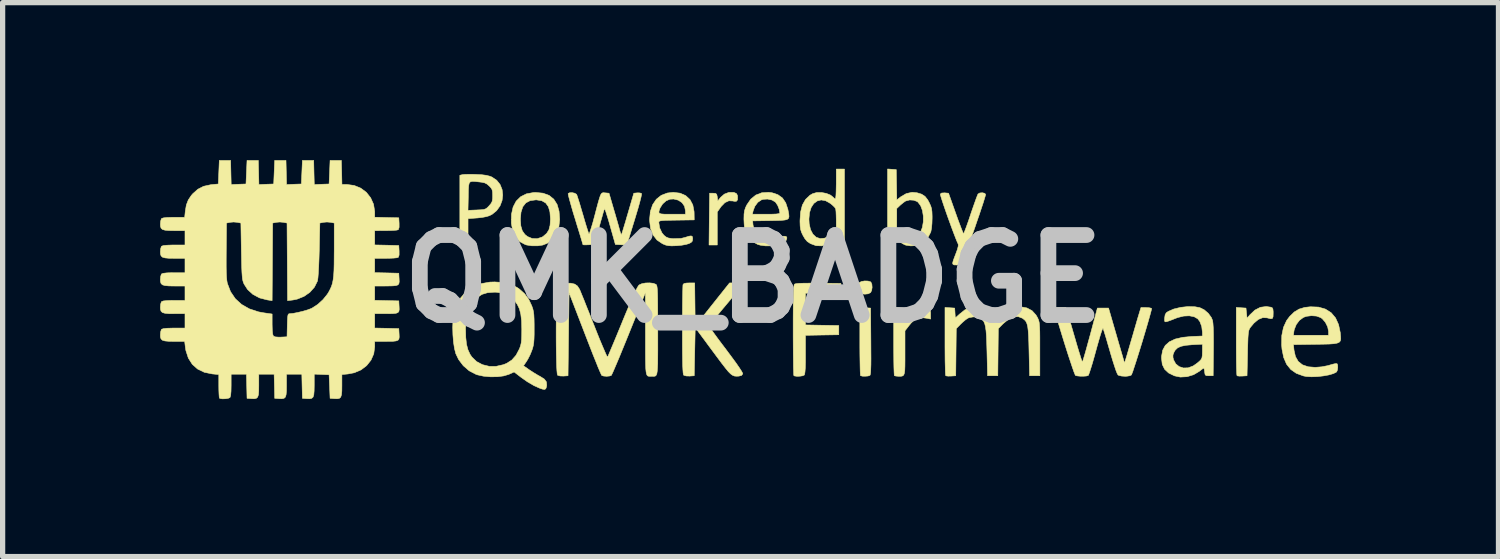
<source format=kicad_pcb>
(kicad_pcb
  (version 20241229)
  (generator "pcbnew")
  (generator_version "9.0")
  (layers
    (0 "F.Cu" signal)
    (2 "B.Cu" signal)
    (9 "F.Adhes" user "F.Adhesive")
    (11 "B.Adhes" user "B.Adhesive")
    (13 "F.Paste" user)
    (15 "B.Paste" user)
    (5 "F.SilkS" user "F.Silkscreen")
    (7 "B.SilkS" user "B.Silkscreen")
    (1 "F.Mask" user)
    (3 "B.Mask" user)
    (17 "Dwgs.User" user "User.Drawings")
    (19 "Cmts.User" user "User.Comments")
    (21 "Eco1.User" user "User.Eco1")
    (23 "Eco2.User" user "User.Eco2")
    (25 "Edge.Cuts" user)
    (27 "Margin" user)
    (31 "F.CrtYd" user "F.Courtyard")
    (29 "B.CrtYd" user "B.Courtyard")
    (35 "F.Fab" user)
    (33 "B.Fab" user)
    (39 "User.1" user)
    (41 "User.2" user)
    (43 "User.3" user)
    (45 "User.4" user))
  (footprint "QMK_BADGE"
    (layer "F.Cu")
    (at 11.298 2.262)
    (property "Reference" "QMK_BADGE" (at 0 0 0) (layer "Dwgs.User") (effects (font (size 1.524 1.524) (thickness 0.3))))
    (attr through_hole)
    (fp_poly (pts (xy 2.187 0.042) (xy 2.234 0.056) (xy 2.243 0.063) (xy 2.261 0.103) (xy 2.266 0.162) (xy 2.257 0.221) (xy 2.236 0.262) (xy 2.19 0.285) (xy 2.127 0.292) (xy 2.065 0.284) (xy 2.024 0.262) (xy 2.002 0.222) (xy 1.993 0.167) (xy 1.993 0.166) (xy 2.002 0.111) (xy 2.023 0.07) (xy 2.024 0.07) (xy 2.064 0.05) (xy 2.124 0.04) (xy 2.187 0.042)) (stroke (width 0.01) (type solid)) (fill yes) (layer "F.SilkS"))
    (fp_poly (pts (xy 2.135 0.551) (xy 2.237 0.557) (xy 2.242 1.191) (xy 2.243 1.373) (xy 2.244 1.521) (xy 2.243 1.635) (xy 2.24 1.721) (xy 2.237 1.781) (xy 2.232 1.819) (xy 2.225 1.837) (xy 2.223 1.84) (xy 2.187 1.851) (xy 2.134 1.855) (xy 2.082 1.854) (xy 2.048 1.845) (xy 2.045 1.843) (xy 2.042 1.821) (xy 2.039 1.765) (xy 2.037 1.679) (xy 2.035 1.568) (xy 2.033 1.436) (xy 2.032 1.289) (xy 2.032 1.188) (xy 2.032 0.545) (xy 2.135 0.551)) (stroke (width 0.01) (type solid)) (fill yes) (layer "F.SilkS"))
    (fp_poly (pts (xy -0.361 -1.644) (xy -0.319 -1.625) (xy -0.3 -1.59) (xy -0.297 -1.564) (xy -0.298 -1.505) (xy -0.32 -1.478) (xy -0.366 -1.478) (xy -0.383 -1.483) (xy -0.463 -1.487) (xy -0.539 -1.452) (xy -0.61 -1.379) (xy -0.623 -1.361) (xy -0.684 -1.273) (xy -0.684 -0.645) (xy -0.841 -0.645) (xy -0.836 -1.138) (xy -0.83 -1.631) (xy -0.762 -1.631) (xy -0.717 -1.628) (xy -0.695 -1.611) (xy -0.685 -1.568) (xy -0.684 -1.558) (xy -0.674 -1.484) (xy -0.62 -1.552) (xy -0.549 -1.614) (xy -0.463 -1.647) (xy -0.374 -1.647) (xy -0.361 -1.644)) (stroke (width 0.01) (type solid)) (fill yes) (layer "F.SilkS"))
    (fp_poly (pts (xy 3.292 0.532) (xy 3.343 0.549) (xy 3.37 0.585) (xy 3.38 0.644) (xy 3.38 0.667) (xy 3.38 0.766) (xy 3.307 0.751) (xy 3.212 0.738) (xy 3.137 0.746) (xy 3.071 0.781) (xy 3.006 0.845) (xy 2.97 0.889) (xy 2.892 0.99) (xy 2.892 1.411) (xy 2.892 1.554) (xy 2.891 1.663) (xy 2.888 1.742) (xy 2.881 1.795) (xy 2.869 1.829) (xy 2.852 1.847) (xy 2.826 1.855) (xy 2.792 1.856) (xy 2.766 1.856) (xy 2.719 1.852) (xy 2.69 1.844) (xy 2.69 1.843) (xy 2.687 1.821) (xy 2.684 1.765) (xy 2.681 1.679) (xy 2.679 1.568) (xy 2.678 1.436) (xy 2.677 1.289) (xy 2.677 1.188) (xy 2.677 0.545) (xy 2.77 0.551) (xy 2.862 0.557) (xy 2.872 0.655) (xy 2.882 0.752) (xy 2.92 0.696) (xy 2.998 0.61) (xy 3.091 0.552) (xy 3.192 0.528) (xy 3.209 0.528) (xy 3.292 0.532)) (stroke (width 0.01) (type solid)) (fill yes) (layer "F.SilkS"))
    (fp_poly (pts (xy 9.862 0.54) (xy 9.888 0.551) (xy 9.901 0.576) (xy 9.906 0.623) (xy 9.906 0.657) (xy 9.904 0.721) (xy 9.891 0.754) (xy 9.86 0.76) (xy 9.801 0.746) (xy 9.792 0.743) (xy 9.708 0.739) (xy 9.623 0.773) (xy 9.537 0.846) (xy 9.469 0.928) (xy 9.456 0.95) (xy 9.445 0.974) (xy 9.437 1.008) (xy 9.431 1.056) (xy 9.426 1.123) (xy 9.423 1.216) (xy 9.419 1.339) (xy 9.418 1.417) (xy 9.408 1.846) (xy 9.319 1.852) (xy 9.263 1.853) (xy 9.224 1.848) (xy 9.217 1.844) (xy 9.213 1.822) (xy 9.21 1.765) (xy 9.207 1.679) (xy 9.205 1.568) (xy 9.204 1.436) (xy 9.203 1.289) (xy 9.203 1.188) (xy 9.203 0.545) (xy 9.295 0.551) (xy 9.388 0.557) (xy 9.398 0.654) (xy 9.408 0.75) (xy 9.46 0.688) (xy 9.557 0.596) (xy 9.662 0.542) (xy 9.774 0.527) (xy 9.862 0.54)) (stroke (width 0.01) (type solid)) (fill yes) (layer "F.SilkS"))
    (fp_poly (pts (xy 1.243 0.083) (xy 1.671 0.088) (xy 1.671 0.264) (xy 1.333 0.269) (xy 0.996 0.274) (xy 0.996 0.878) (xy 1.314 0.884) (xy 1.631 0.889) (xy 1.631 1.065) (xy 1.314 1.07) (xy 0.996 1.076) (xy 0.996 1.442) (xy 0.996 1.588) (xy 0.993 1.698) (xy 0.987 1.773) (xy 0.98 1.818) (xy 0.973 1.833) (xy 0.941 1.847) (xy 0.888 1.855) (xy 0.831 1.856) (xy 0.787 1.85) (xy 0.775 1.843) (xy 0.772 1.821) (xy 0.77 1.765) (xy 0.767 1.677) (xy 0.766 1.562) (xy 0.764 1.425) (xy 0.763 1.268) (xy 0.762 1.097) (xy 0.762 0.976) (xy 0.762 0.765) (xy 0.763 0.59) (xy 0.764 0.447) (xy 0.766 0.334) (xy 0.768 0.248) (xy 0.772 0.184) (xy 0.776 0.141) (xy 0.781 0.114) (xy 0.788 0.101) (xy 0.789 0.1) (xy 0.815 0.092) (xy 0.871 0.086) (xy 0.96 0.083) (xy 1.084 0.082) (xy 1.243 0.083)) (stroke (width 0.01) (type solid)) (fill yes) (layer "F.SilkS"))
    (fp_poly (pts (xy -5.346 -1.991) (xy -5.28 -1.989) (xy -5.167 -1.983) (xy -5.083 -1.972) (xy -5.017 -1.955) (xy -4.979 -1.94) (xy -4.887 -1.879) (xy -4.822 -1.798) (xy -4.783 -1.701) (xy -4.771 -1.596) (xy -4.784 -1.49) (xy -4.823 -1.389) (xy -4.887 -1.3) (xy -4.975 -1.228) (xy -5.028 -1.202) (xy -5.084 -1.185) (xy -5.164 -1.17) (xy -5.251 -1.16) (xy -5.268 -1.159) (xy -5.432 -1.147) (xy -5.432 -0.645) (xy -5.588 -0.645) (xy -5.588 -1.305) (xy -5.433 -1.305) (xy -5.265 -1.312) (xy -5.183 -1.316) (xy -5.129 -1.322) (xy -5.093 -1.335) (xy -5.063 -1.357) (xy -5.03 -1.392) (xy -4.992 -1.437) (xy -4.972 -1.477) (xy -4.964 -1.529) (xy -4.963 -1.584) (xy -4.965 -1.654) (xy -4.974 -1.699) (xy -4.997 -1.736) (xy -5.027 -1.768) (xy -5.07 -1.805) (xy -5.114 -1.828) (xy -5.175 -1.841) (xy -5.22 -1.846) (xy -5.298 -1.855) (xy -5.352 -1.857) (xy -5.388 -1.848) (xy -5.41 -1.822) (xy -5.42 -1.774) (xy -5.425 -1.698) (xy -5.427 -1.588) (xy -5.427 -1.575) (xy -5.433 -1.305) (xy -5.588 -1.305) (xy -5.588 -1.973) (xy -5.539 -1.985) (xy -5.499 -1.989) (xy -5.432 -1.991) (xy -5.346 -1.991)) (stroke (width 0.01) (type solid)) (fill yes) (layer "F.SilkS"))
    (fp_poly (pts (xy -4.004 -1.632) (xy -3.888 -1.59) (xy -3.799 -1.518) (xy -3.735 -1.417) (xy -3.698 -1.288) (xy -3.686 -1.129) (xy -3.686 -1.129) (xy -3.703 -0.98) (xy -3.748 -0.854) (xy -3.821 -0.753) (xy -3.92 -0.679) (xy -4.007 -0.644) (xy -4.104 -0.629) (xy -4.215 -0.629) (xy -4.317 -0.645) (xy -4.344 -0.654) (xy -4.448 -0.71) (xy -4.527 -0.796) (xy -4.579 -0.91) (xy -4.606 -1.053) (xy -4.607 -1.068) (xy -4.606 -1.129) (xy -4.435 -1.129) (xy -4.426 -1.008) (xy -4.398 -0.915) (xy -4.348 -0.845) (xy -4.3 -0.806) (xy -4.211 -0.769) (xy -4.115 -0.765) (xy -4.023 -0.795) (xy -4.004 -0.806) (xy -3.936 -0.864) (xy -3.892 -0.932) (xy -3.869 -1.021) (xy -3.862 -1.137) (xy -3.862 -1.142) (xy -3.872 -1.275) (xy -3.902 -1.376) (xy -3.953 -1.446) (xy -4.027 -1.488) (xy -4.126 -1.504) (xy -4.143 -1.504) (xy -4.249 -1.49) (xy -4.331 -1.447) (xy -4.389 -1.373) (xy -4.423 -1.269) (xy -4.435 -1.133) (xy -4.435 -1.129) (xy -4.606 -1.129) (xy -4.604 -1.231) (xy -4.573 -1.369) (xy -4.515 -1.48) (xy -4.43 -1.564) (xy -4.321 -1.619) (xy -4.187 -1.644) (xy -4.146 -1.646) (xy -4.004 -1.632)) (stroke (width 0.01) (type solid)) (fill yes) (layer "F.SilkS"))
    (fp_poly (pts (xy 2.643 -2.087) (xy 2.726 -2.081) (xy 2.731 -1.792) (xy 2.736 -1.503) (xy 2.809 -1.561) (xy 2.916 -1.624) (xy 3.028 -1.649) (xy 3.121 -1.64) (xy 3.209 -1.613) (xy 3.273 -1.571) (xy 3.325 -1.505) (xy 3.355 -1.449) (xy 3.382 -1.39) (xy 3.398 -1.338) (xy 3.406 -1.278) (xy 3.409 -1.197) (xy 3.409 -1.153) (xy 3.406 -1.056) (xy 3.398 -0.968) (xy 3.386 -0.904) (xy 3.383 -0.892) (xy 3.34 -0.808) (xy 3.277 -0.729) (xy 3.205 -0.67) (xy 3.171 -0.652) (xy 3.092 -0.632) (xy 3 -0.628) (xy 2.915 -0.64) (xy 2.892 -0.647) (xy 2.844 -0.672) (xy 2.789 -0.708) (xy 2.781 -0.714) (xy 2.733 -0.749) (xy 2.708 -0.758) (xy 2.698 -0.74) (xy 2.696 -0.703) (xy 2.692 -0.664) (xy 2.673 -0.648) (xy 2.628 -0.645) (xy 2.56 -0.645) (xy 2.56 -1.34) (xy 2.735 -1.34) (xy 2.735 -0.922) (xy 2.799 -0.868) (xy 2.896 -0.802) (xy 2.986 -0.772) (xy 3.067 -0.778) (xy 3.133 -0.816) (xy 3.187 -0.886) (xy 3.223 -0.98) (xy 3.241 -1.086) (xy 3.241 -1.197) (xy 3.224 -1.303) (xy 3.19 -1.394) (xy 3.138 -1.462) (xy 3.124 -1.473) (xy 3.059 -1.498) (xy 2.981 -1.503) (xy 2.909 -1.484) (xy 2.905 -1.483) (xy 2.864 -1.455) (xy 2.814 -1.414) (xy 2.799 -1.401) (xy 2.735 -1.34) (xy 2.56 -1.34) (xy 2.56 -2.093) (xy 2.643 -2.087)) (stroke (width 0.01) (type solid)) (fill yes) (layer "F.SilkS"))
    (fp_poly (pts (xy 4.409 -1.63) (xy 4.428 -1.611) (xy 4.424 -1.588) (xy 4.408 -1.534) (xy 4.383 -1.452) (xy 4.349 -1.35) (xy 4.31 -1.232) (xy 4.265 -1.102) (xy 4.219 -0.967) (xy 4.171 -0.831) (xy 4.125 -0.7) (xy 4.081 -0.579) (xy 4.042 -0.472) (xy 4.009 -0.385) (xy 3.985 -0.324) (xy 3.97 -0.292) (xy 3.969 -0.29) (xy 3.934 -0.274) (xy 3.882 -0.264) (xy 3.832 -0.265) (xy 3.812 -0.272) (xy 3.801 -0.286) (xy 3.802 -0.314) (xy 3.816 -0.361) (xy 3.844 -0.436) (xy 3.854 -0.461) (xy 3.89 -0.559) (xy 3.907 -0.625) (xy 3.906 -0.661) (xy 3.905 -0.663) (xy 3.888 -0.7) (xy 3.861 -0.765) (xy 3.828 -0.851) (xy 3.789 -0.954) (xy 3.748 -1.066) (xy 3.706 -1.182) (xy 3.666 -1.296) (xy 3.63 -1.401) (xy 3.6 -1.491) (xy 3.578 -1.561) (xy 3.566 -1.605) (xy 3.565 -1.616) (xy 3.591 -1.635) (xy 3.649 -1.638) (xy 3.722 -1.631) (xy 3.859 -1.246) (xy 3.9 -1.131) (xy 3.938 -1.03) (xy 3.969 -0.948) (xy 3.993 -0.89) (xy 4.006 -0.862) (xy 4.008 -0.86) (xy 4.017 -0.878) (xy 4.037 -0.927) (xy 4.065 -1.002) (xy 4.099 -1.097) (xy 4.136 -1.207) (xy 4.142 -1.226) (xy 4.181 -1.34) (xy 4.217 -1.442) (xy 4.247 -1.526) (xy 4.27 -1.586) (xy 4.283 -1.616) (xy 4.284 -1.617) (xy 4.318 -1.636) (xy 4.366 -1.64) (xy 4.409 -1.63)) (stroke (width 0.01) (type solid)) (fill yes) (layer "F.SilkS"))
    (fp_poly (pts (xy 1.739 -0.645) (xy 1.672 -0.645) (xy 1.627 -0.648) (xy 1.607 -0.666) (xy 1.599 -0.709) (xy 1.598 -0.716) (xy 1.592 -0.788) (xy 1.534 -0.738) (xy 1.422 -0.664) (xy 1.31 -0.628) (xy 1.198 -0.632) (xy 1.092 -0.671) (xy 1.032 -0.71) (xy 0.986 -0.764) (xy 0.949 -0.827) (xy 0.92 -0.888) (xy 0.903 -0.943) (xy 0.895 -1.005) (xy 0.892 -1.089) (xy 0.892 -1.109) (xy 0.894 -1.139) (xy 1.062 -1.139) (xy 1.067 -1.05) (xy 1.092 -0.938) (xy 1.138 -0.851) (xy 1.2 -0.793) (xy 1.275 -0.767) (xy 1.36 -0.775) (xy 1.375 -0.781) (xy 1.418 -0.805) (xy 1.473 -0.845) (xy 1.503 -0.871) (xy 1.583 -0.942) (xy 1.583 -1.124) (xy 1.581 -1.208) (xy 1.578 -1.279) (xy 1.573 -1.326) (xy 1.57 -1.338) (xy 1.549 -1.367) (xy 1.506 -1.408) (xy 1.47 -1.437) (xy 1.38 -1.488) (xy 1.296 -1.503) (xy 1.22 -1.484) (xy 1.155 -1.436) (xy 1.105 -1.36) (xy 1.073 -1.26) (xy 1.062 -1.139) (xy 0.894 -1.139) (xy 0.903 -1.272) (xy 0.937 -1.406) (xy 0.997 -1.512) (xy 1.081 -1.592) (xy 1.13 -1.621) (xy 1.208 -1.644) (xy 1.3 -1.645) (xy 1.393 -1.628) (xy 1.474 -1.595) (xy 1.523 -1.555) (xy 1.551 -1.529) (xy 1.565 -1.524) (xy 1.572 -1.542) (xy 1.577 -1.593) (xy 1.58 -1.669) (xy 1.582 -1.763) (xy 1.583 -1.807) (xy 1.583 -2.091) (xy 1.739 -2.091) (xy 1.739 -0.645)) (stroke (width 0.01) (type solid)) (fill yes) (layer "F.SilkS"))
    (fp_poly (pts (xy 0.36 -1.64) (xy 0.471 -1.603) (xy 0.558 -1.54) (xy 0.62 -1.448) (xy 0.661 -1.324) (xy 0.666 -1.298) (xy 0.678 -1.235) (xy 0.682 -1.188) (xy 0.675 -1.155) (xy 0.651 -1.134) (xy 0.606 -1.121) (xy 0.535 -1.114) (xy 0.433 -1.111) (xy 0.326 -1.109) (xy -0.01 -1.104) (xy -0.003 -1.026) (xy 0.022 -0.923) (xy 0.075 -0.845) (xy 0.155 -0.791) (xy 0.256 -0.764) (xy 0.375 -0.765) (xy 0.506 -0.795) (xy 0.583 -0.813) (xy 0.628 -0.808) (xy 0.643 -0.78) (xy 0.629 -0.734) (xy 0.592 -0.694) (xy 0.525 -0.663) (xy 0.437 -0.64) (xy 0.337 -0.628) (xy 0.235 -0.628) (xy 0.138 -0.641) (xy 0.088 -0.655) (xy 0.007 -0.699) (xy -0.068 -0.768) (xy -0.128 -0.849) (xy -0.155 -0.911) (xy -0.165 -0.968) (xy -0.172 -1.048) (xy -0.176 -1.134) (xy -0.176 -1.144) (xy -0.174 -1.231) (xy -0.015 -1.231) (xy 0.246 -1.231) (xy 0.359 -1.232) (xy 0.437 -1.235) (xy 0.484 -1.241) (xy 0.506 -1.25) (xy 0.508 -1.255) (xy 0.496 -1.325) (xy 0.467 -1.399) (xy 0.428 -1.457) (xy 0.422 -1.464) (xy 0.357 -1.502) (xy 0.274 -1.52) (xy 0.191 -1.515) (xy 0.156 -1.504) (xy 0.087 -1.457) (xy 0.032 -1.382) (xy -0.000337 -1.298) (xy -0.015 -1.231) (xy -0.174 -1.231) (xy -0.174 -1.233) (xy -0.165 -1.298) (xy -0.146 -1.356) (xy -0.122 -1.407) (xy -0.046 -1.518) (xy 0.05 -1.596) (xy 0.164 -1.64) (xy 0.293 -1.648) (xy 0.36 -1.64)) (stroke (width 0.01) (type solid)) (fill yes) (layer "F.SilkS"))
    (fp_poly (pts (xy 10.769 0.538) (xy 10.901 0.576) (xy 11.01 0.645) (xy 11.094 0.744) (xy 11.152 0.872) (xy 11.185 1.029) (xy 11.185 1.036) (xy 11.191 1.098) (xy 11.193 1.147) (xy 11.185 1.183) (xy 11.163 1.208) (xy 11.123 1.225) (xy 11.061 1.236) (xy 10.973 1.242) (xy 10.853 1.245) (xy 10.716 1.247) (xy 10.292 1.253) (xy 10.303 1.359) (xy 10.33 1.48) (xy 10.383 1.573) (xy 10.464 1.638) (xy 10.573 1.675) (xy 10.707 1.686) (xy 10.83 1.676) (xy 10.949 1.653) (xy 10.979 1.644) (xy 11.045 1.625) (xy 11.096 1.614) (xy 11.121 1.614) (xy 11.134 1.641) (xy 11.136 1.688) (xy 11.13 1.737) (xy 11.115 1.771) (xy 11.113 1.774) (xy 11.055 1.804) (xy 10.968 1.83) (xy 10.863 1.849) (xy 10.749 1.862) (xy 10.637 1.866) (xy 10.537 1.86) (xy 10.481 1.849) (xy 10.347 1.8) (xy 10.241 1.726) (xy 10.161 1.626) (xy 10.106 1.498) (xy 10.074 1.34) (xy 10.067 1.257) (xy 10.07 1.079) (xy 10.071 1.075) (xy 10.292 1.075) (xy 10.961 1.075) (xy 10.961 1.001) (xy 10.944 0.915) (xy 10.901 0.829) (xy 10.841 0.759) (xy 10.811 0.738) (xy 10.731 0.709) (xy 10.634 0.702) (xy 10.538 0.714) (xy 10.483 0.734) (xy 10.407 0.789) (xy 10.346 0.87) (xy 10.308 0.965) (xy 10.302 0.995) (xy 10.292 1.075) (xy 10.071 1.075) (xy 10.102 0.925) (xy 10.162 0.794) (xy 10.221 0.716) (xy 10.308 0.631) (xy 10.4 0.576) (xy 10.507 0.544) (xy 10.615 0.532) (xy 10.769 0.538)) (stroke (width 0.01) (type solid)) (fill yes) (layer "F.SilkS"))
    (fp_poly (pts (xy -1.392 -1.632) (xy -1.285 -1.585) (xy -1.204 -1.51) (xy -1.15 -1.408) (xy -1.126 -1.282) (xy -1.125 -1.253) (xy -1.123 -1.123) (xy -1.46 -1.118) (xy -1.582 -1.116) (xy -1.671 -1.114) (xy -1.731 -1.11) (xy -1.768 -1.105) (xy -1.788 -1.098) (xy -1.796 -1.087) (xy -1.797 -1.072) (xy -1.797 -1.069) (xy -1.781 -0.969) (xy -1.738 -0.877) (xy -1.7 -0.83) (xy -1.659 -0.797) (xy -1.615 -0.778) (xy -1.552 -0.768) (xy -1.515 -0.766) (xy -1.375 -0.77) (xy -1.297 -0.789) (xy -1.225 -0.812) (xy -1.182 -0.818) (xy -1.16 -0.807) (xy -1.153 -0.777) (xy -1.153 -0.761) (xy -1.159 -0.719) (xy -1.184 -0.692) (xy -1.226 -0.671) (xy -1.281 -0.655) (xy -1.359 -0.641) (xy -1.447 -0.632) (xy -1.465 -0.631) (xy -1.553 -0.628) (xy -1.615 -0.632) (xy -1.666 -0.643) (xy -1.719 -0.665) (xy -1.731 -0.671) (xy -1.833 -0.74) (xy -1.908 -0.837) (xy -1.955 -0.96) (xy -1.973 -1.11) (xy -1.973 -1.136) (xy -1.96 -1.268) (xy -1.797 -1.268) (xy -1.786 -1.248) (xy -1.753 -1.237) (xy -1.694 -1.232) (xy -1.604 -1.231) (xy -1.544 -1.231) (xy -1.29 -1.231) (xy -1.29 -1.294) (xy -1.307 -1.381) (xy -1.355 -1.451) (xy -1.427 -1.499) (xy -1.515 -1.521) (xy -1.587 -1.517) (xy -1.659 -1.486) (xy -1.725 -1.427) (xy -1.773 -1.352) (xy -1.777 -1.342) (xy -1.792 -1.298) (xy -1.797 -1.268) (xy -1.96 -1.268) (xy -1.958 -1.286) (xy -1.915 -1.413) (xy -1.845 -1.516) (xy -1.751 -1.591) (xy -1.636 -1.635) (xy -1.522 -1.648) (xy -1.392 -1.632)) (stroke (width 0.01) (type solid)) (fill yes) (layer "F.SilkS"))
    (fp_poly (pts (xy -1.109 0.489) (xy -1.104 0.901) (xy -0.777 0.489) (xy -0.45 0.078) (xy -0.343 0.078) (xy -0.282 0.081) (xy -0.239 0.089) (xy -0.226 0.095) (xy -0.225 0.11) (xy -0.235 0.135) (xy -0.258 0.173) (xy -0.298 0.227) (xy -0.356 0.301) (xy -0.434 0.397) (xy -0.535 0.518) (xy -0.573 0.563) (xy -0.652 0.658) (xy -0.722 0.744) (xy -0.779 0.815) (xy -0.819 0.868) (xy -0.839 0.897) (xy -0.84 0.901) (xy -0.829 0.921) (xy -0.797 0.967) (xy -0.747 1.037) (xy -0.683 1.125) (xy -0.607 1.227) (xy -0.522 1.339) (xy -0.516 1.347) (xy -0.411 1.488) (xy -0.325 1.605) (xy -0.261 1.698) (xy -0.218 1.765) (xy -0.199 1.803) (xy -0.199 1.81) (xy -0.221 1.84) (xy -0.272 1.853) (xy -0.316 1.855) (xy -0.355 1.852) (xy -0.391 1.838) (xy -0.429 1.811) (xy -0.474 1.766) (xy -0.528 1.7) (xy -0.598 1.61) (xy -0.681 1.499) (xy -0.761 1.391) (xy -0.84 1.285) (xy -0.911 1.188) (xy -0.97 1.109) (xy -1.012 1.052) (xy -1.017 1.045) (xy -1.104 0.928) (xy -1.123 1.846) (xy -1.211 1.852) (xy -1.275 1.85) (xy -1.318 1.838) (xy -1.324 1.834) (xy -1.33 1.818) (xy -1.335 1.784) (xy -1.339 1.728) (xy -1.343 1.647) (xy -1.345 1.539) (xy -1.347 1.401) (xy -1.348 1.23) (xy -1.348 1.024) (xy -1.348 0.975) (xy -1.348 0.797) (xy -1.347 0.631) (xy -1.346 0.48) (xy -1.344 0.349) (xy -1.342 0.243) (xy -1.34 0.165) (xy -1.338 0.119) (xy -1.336 0.109) (xy -1.317 0.089) (xy -1.271 0.08) (xy -1.219 0.078) (xy -1.114 0.078) (xy -1.109 0.489)) (stroke (width 0.01) (type solid)) (fill yes) (layer "F.SilkS"))
    (fp_poly (pts (xy 4.291 0.532) (xy 4.415 0.555) (xy 4.514 0.609) (xy 4.588 0.694) (xy 4.593 0.701) (xy 4.632 0.766) (xy 4.717 0.687) (xy 4.817 0.606) (xy 4.909 0.556) (xy 5.003 0.533) (xy 5.091 0.531) (xy 5.214 0.554) (xy 5.312 0.606) (xy 5.387 0.688) (xy 5.415 0.736) (xy 5.429 0.766) (xy 5.44 0.795) (xy 5.448 0.828) (xy 5.453 0.871) (xy 5.457 0.929) (xy 5.46 1.007) (xy 5.461 1.11) (xy 5.461 1.244) (xy 5.461 1.338) (xy 5.461 1.846) (xy 5.266 1.846) (xy 5.255 1.377) (xy 5.251 1.214) (xy 5.246 1.086) (xy 5.239 0.986) (xy 5.23 0.911) (xy 5.216 0.856) (xy 5.198 0.815) (xy 5.173 0.785) (xy 5.142 0.76) (xy 5.129 0.75) (xy 5.048 0.719) (xy 4.96 0.725) (xy 4.865 0.769) (xy 4.767 0.85) (xy 4.753 0.863) (xy 4.67 0.948) (xy 4.66 1.846) (xy 4.465 1.846) (xy 4.454 1.387) (xy 4.449 1.222) (xy 4.444 1.09) (xy 4.436 0.988) (xy 4.425 0.911) (xy 4.411 0.854) (xy 4.392 0.812) (xy 4.367 0.781) (xy 4.336 0.755) (xy 4.335 0.755) (xy 4.272 0.73) (xy 4.192 0.725) (xy 4.114 0.739) (xy 4.087 0.751) (xy 4.045 0.78) (xy 3.99 0.827) (xy 3.952 0.863) (xy 3.869 0.948) (xy 3.859 1.846) (xy 3.77 1.852) (xy 3.714 1.853) (xy 3.675 1.848) (xy 3.668 1.844) (xy 3.664 1.822) (xy 3.661 1.765) (xy 3.659 1.679) (xy 3.656 1.568) (xy 3.655 1.436) (xy 3.654 1.289) (xy 3.654 1.188) (xy 3.654 0.545) (xy 3.747 0.551) (xy 3.839 0.557) (xy 3.851 0.745) (xy 3.937 0.667) (xy 4.033 0.591) (xy 4.126 0.547) (xy 4.228 0.531) (xy 4.291 0.532)) (stroke (width 0.01) (type solid)) (fill yes) (layer "F.SilkS"))
    (fp_poly (pts (xy 8.417 0.532) (xy 8.509 0.549) (xy 8.592 0.59) (xy 8.67 0.657) (xy 8.729 0.738) (xy 8.752 0.795) (xy 8.759 0.847) (xy 8.765 0.935) (xy 8.768 1.058) (xy 8.769 1.213) (xy 8.768 1.361) (xy 8.763 1.846) (xy 8.685 1.846) (xy 8.635 1.844) (xy 8.611 1.83) (xy 8.603 1.794) (xy 8.601 1.773) (xy 8.594 1.726) (xy 8.587 1.701) (xy 8.585 1.7) (xy 8.565 1.711) (xy 8.526 1.74) (xy 8.501 1.76) (xy 8.39 1.826) (xy 8.265 1.864) (xy 8.137 1.871) (xy 8.026 1.848) (xy 7.915 1.794) (xy 7.838 1.722) (xy 7.793 1.63) (xy 7.779 1.513) (xy 7.779 1.496) (xy 7.997 1.496) (xy 8.009 1.544) (xy 8.05 1.619) (xy 8.115 1.672) (xy 8.197 1.698) (xy 8.288 1.695) (xy 8.377 1.661) (xy 8.382 1.659) (xy 8.443 1.617) (xy 8.5 1.571) (xy 8.504 1.567) (xy 8.533 1.536) (xy 8.549 1.503) (xy 8.556 1.456) (xy 8.558 1.383) (xy 8.558 1.245) (xy 8.365 1.255) (xy 8.242 1.266) (xy 8.151 1.285) (xy 8.086 1.314) (xy 8.041 1.356) (xy 8.017 1.397) (xy 7.997 1.449) (xy 7.997 1.496) (xy 7.779 1.496) (xy 7.78 1.473) (xy 7.801 1.36) (xy 7.85 1.269) (xy 7.929 1.199) (xy 8.039 1.147) (xy 8.181 1.114) (xy 8.348 1.098) (xy 8.558 1.089) (xy 8.558 1.018) (xy 8.545 0.908) (xy 8.51 0.815) (xy 8.469 0.761) (xy 8.401 0.722) (xy 8.308 0.704) (xy 8.201 0.709) (xy 8.088 0.737) (xy 8.048 0.752) (xy 7.978 0.78) (xy 7.916 0.803) (xy 7.878 0.815) (xy 7.85 0.819) (xy 7.838 0.806) (xy 7.837 0.767) (xy 7.839 0.741) (xy 7.848 0.683) (xy 7.87 0.646) (xy 7.908 0.62) (xy 8.015 0.574) (xy 8.145 0.543) (xy 8.283 0.528) (xy 8.417 0.532)) (stroke (width 0.01) (type solid)) (fill yes) (layer "F.SilkS"))
    (fp_poly (pts (xy -3.399 -1.631) (xy -3.366 -1.611) (xy -3.363 -1.607) (xy -3.352 -1.578) (xy -3.333 -1.518) (xy -3.306 -1.434) (xy -3.276 -1.331) (xy -3.243 -1.221) (xy -3.211 -1.11) (xy -3.181 -1.011) (xy -3.156 -0.932) (xy -3.138 -0.878) (xy -3.128 -0.855) (xy -3.128 -0.855) (xy -3.119 -0.868) (xy -3.103 -0.914) (xy -3.08 -0.986) (xy -3.052 -1.08) (xy -3.023 -1.189) (xy -3.021 -1.195) (xy -2.984 -1.337) (xy -2.955 -1.445) (xy -2.932 -1.524) (xy -2.914 -1.579) (xy -2.898 -1.614) (xy -2.882 -1.632) (xy -2.864 -1.64) (xy -2.843 -1.64) (xy -2.819 -1.638) (xy -2.746 -1.631) (xy -2.655 -1.319) (xy -2.622 -1.207) (xy -2.592 -1.102) (xy -2.566 -1.012) (xy -2.548 -0.946) (xy -2.541 -0.921) (xy -2.526 -0.872) (xy -2.513 -0.846) (xy -2.509 -0.845) (xy -2.501 -0.865) (xy -2.484 -0.918) (xy -2.46 -0.997) (xy -2.43 -1.096) (xy -2.397 -1.21) (xy -2.387 -1.243) (xy -2.274 -1.631) (xy -2.209 -1.638) (xy -2.16 -1.637) (xy -2.128 -1.627) (xy -2.127 -1.626) (xy -2.127 -1.603) (xy -2.139 -1.546) (xy -2.161 -1.46) (xy -2.192 -1.348) (xy -2.232 -1.215) (xy -2.256 -1.135) (xy -2.296 -1.006) (xy -2.332 -0.889) (xy -2.362 -0.791) (xy -2.385 -0.715) (xy -2.399 -0.667) (xy -2.403 -0.652) (xy -2.421 -0.648) (xy -2.467 -0.647) (xy -2.514 -0.649) (xy -2.625 -0.655) (xy -2.723 -1.001) (xy -2.754 -1.11) (xy -2.783 -1.203) (xy -2.806 -1.276) (xy -2.823 -1.322) (xy -2.832 -1.336) (xy -2.84 -1.315) (xy -2.857 -1.262) (xy -2.879 -1.183) (xy -2.907 -1.086) (xy -2.933 -0.99) (xy -3.023 -0.655) (xy -3.133 -0.649) (xy -3.193 -0.647) (xy -3.233 -0.648) (xy -3.243 -0.651) (xy -3.249 -0.671) (xy -3.264 -0.724) (xy -3.288 -0.803) (xy -3.319 -0.905) (xy -3.356 -1.024) (xy -3.389 -1.134) (xy -3.429 -1.263) (xy -3.463 -1.381) (xy -3.491 -1.481) (xy -3.512 -1.558) (xy -3.523 -1.608) (xy -3.525 -1.625) (xy -3.496 -1.64) (xy -3.448 -1.642) (xy -3.399 -1.631)) (stroke (width 0.01) (type solid)) (fill yes) (layer "F.SilkS"))
    (fp_poly (pts (xy -4.762 0.069) (xy -4.623 0.103) (xy -4.501 0.162) (xy -4.453 0.195) (xy -4.354 0.284) (xy -4.278 0.386) (xy -4.218 0.514) (xy -4.214 0.525) (xy -4.197 0.574) (xy -4.186 0.624) (xy -4.178 0.684) (xy -4.174 0.762) (xy -4.172 0.866) (xy -4.172 0.938) (xy -4.172 1.058) (xy -4.175 1.149) (xy -4.18 1.217) (xy -4.189 1.272) (xy -4.202 1.323) (xy -4.217 1.366) (xy -4.25 1.447) (xy -4.29 1.526) (xy -4.319 1.574) (xy -4.375 1.656) (xy -4.264 1.734) (xy -4.187 1.784) (xy -4.106 1.833) (xy -4.052 1.863) (xy -3.978 1.91) (xy -3.939 1.963) (xy -3.933 2.028) (xy -3.939 2.061) (xy -3.951 2.094) (xy -3.973 2.107) (xy -4.014 2.101) (xy -4.067 2.083) (xy -4.176 2.034) (xy -4.301 1.961) (xy -4.43 1.87) (xy -4.441 1.861) (xy -4.554 1.774) (xy -4.656 1.82) (xy -4.753 1.849) (xy -4.875 1.865) (xy -5.007 1.866) (xy -5.138 1.854) (xy -5.256 1.828) (xy -5.285 1.817) (xy -5.411 1.751) (xy -5.523 1.654) (xy -5.612 1.536) (xy -5.665 1.425) (xy -5.69 1.328) (xy -5.709 1.204) (xy -5.72 1.066) (xy -5.723 0.957) (xy -5.479 0.957) (xy -5.475 1.117) (xy -5.461 1.246) (xy -5.434 1.35) (xy -5.394 1.437) (xy -5.359 1.489) (xy -5.269 1.576) (xy -5.157 1.635) (xy -5.03 1.666) (xy -4.894 1.666) (xy -4.758 1.635) (xy -4.696 1.61) (xy -4.597 1.546) (xy -4.517 1.455) (xy -4.452 1.332) (xy -4.448 1.321) (xy -4.431 1.273) (xy -4.419 1.221) (xy -4.412 1.157) (xy -4.409 1.072) (xy -4.408 0.957) (xy -4.408 0.957) (xy -4.412 0.8) (xy -4.427 0.673) (xy -4.453 0.571) (xy -4.494 0.486) (xy -4.551 0.41) (xy -4.58 0.38) (xy -4.669 0.312) (xy -4.771 0.271) (xy -4.895 0.255) (xy -4.933 0.254) (xy -5.061 0.264) (xy -5.164 0.295) (xy -5.256 0.353) (xy -5.297 0.39) (xy -5.367 0.469) (xy -5.417 0.552) (xy -5.451 0.649) (xy -5.471 0.767) (xy -5.479 0.914) (xy -5.479 0.957) (xy -5.723 0.957) (xy -5.724 0.927) (xy -5.719 0.798) (xy -5.706 0.701) (xy -5.655 0.52) (xy -5.577 0.369) (xy -5.473 0.247) (xy -5.345 0.155) (xy -5.193 0.093) (xy -5.016 0.062) (xy -4.927 0.059) (xy -4.762 0.069)) (stroke (width 0.01) (type solid)) (fill yes) (layer "F.SilkS"))
    (fp_poly (pts (xy 6.006 0.708) (xy 6.027 0.781) (xy 6.057 0.881) (xy 6.091 0.999) (xy 6.128 1.125) (xy 6.157 1.226) (xy 6.19 1.337) (xy 6.22 1.434) (xy 6.244 1.511) (xy 6.262 1.563) (xy 6.271 1.583) (xy 6.271 1.583) (xy 6.279 1.565) (xy 6.295 1.514) (xy 6.319 1.434) (xy 6.348 1.332) (xy 6.381 1.211) (xy 6.418 1.077) (xy 6.42 1.07) (xy 6.557 0.557) (xy 6.77 0.557) (xy 6.92 1.075) (xy 6.959 1.21) (xy 6.995 1.333) (xy 7.026 1.439) (xy 7.05 1.522) (xy 7.066 1.578) (xy 7.073 1.602) (xy 7.073 1.602) (xy 7.079 1.587) (xy 7.094 1.54) (xy 7.117 1.466) (xy 7.145 1.37) (xy 7.178 1.257) (xy 7.191 1.211) (xy 7.229 1.083) (xy 7.265 0.958) (xy 7.298 0.845) (xy 7.325 0.751) (xy 7.345 0.686) (xy 7.347 0.679) (xy 7.387 0.547) (xy 7.483 0.547) (xy 7.54 0.55) (xy 7.58 0.559) (xy 7.59 0.565) (xy 7.587 0.587) (xy 7.573 0.641) (xy 7.551 0.721) (xy 7.522 0.823) (xy 7.488 0.94) (xy 7.45 1.068) (xy 7.41 1.202) (xy 7.369 1.335) (xy 7.329 1.463) (xy 7.292 1.58) (xy 7.259 1.68) (xy 7.233 1.76) (xy 7.213 1.812) (xy 7.204 1.832) (xy 7.174 1.846) (xy 7.118 1.855) (xy 7.084 1.856) (xy 7.019 1.852) (xy 6.968 1.84) (xy 6.951 1.832) (xy 6.935 1.805) (xy 6.911 1.745) (xy 6.881 1.656) (xy 6.845 1.543) (xy 6.805 1.409) (xy 6.799 1.387) (xy 6.763 1.264) (xy 6.731 1.153) (xy 6.703 1.06) (xy 6.681 0.99) (xy 6.668 0.949) (xy 6.665 0.942) (xy 6.656 0.952) (xy 6.638 0.997) (xy 6.614 1.07) (xy 6.585 1.169) (xy 6.551 1.288) (xy 6.528 1.372) (xy 6.493 1.499) (xy 6.46 1.614) (xy 6.43 1.711) (xy 6.406 1.785) (xy 6.389 1.83) (xy 6.383 1.841) (xy 6.347 1.851) (xy 6.288 1.855) (xy 6.223 1.854) (xy 6.167 1.848) (xy 6.139 1.84) (xy 6.129 1.818) (xy 6.108 1.765) (xy 6.08 1.685) (xy 6.046 1.583) (xy 6.007 1.466) (xy 5.966 1.338) (xy 5.924 1.205) (xy 5.883 1.072) (xy 5.844 0.944) (xy 5.809 0.828) (xy 5.78 0.728) (xy 5.759 0.65) (xy 5.747 0.599) (xy 5.744 0.584) (xy 5.75 0.562) (xy 5.772 0.551) (xy 5.821 0.547) (xy 5.851 0.547) (xy 5.957 0.547) (xy 6.006 0.708)) (stroke (width 0.01) (type solid)) (fill yes) (layer "F.SilkS"))
    (fp_poly (pts (xy -1.903 0.085) (xy -1.854 0.104) (xy -1.848 0.109) (xy -1.84 0.12) (xy -1.834 0.14) (xy -1.829 0.171) (xy -1.825 0.218) (xy -1.822 0.283) (xy -1.82 0.371) (xy -1.819 0.484) (xy -1.818 0.626) (xy -1.817 0.801) (xy -1.817 0.986) (xy -1.817 1.193) (xy -1.817 1.365) (xy -1.818 1.504) (xy -1.819 1.614) (xy -1.823 1.699) (xy -1.828 1.761) (xy -1.835 1.805) (xy -1.846 1.833) (xy -1.859 1.849) (xy -1.877 1.855) (xy -1.898 1.857) (xy -1.925 1.856) (xy -1.934 1.856) (xy -1.963 1.857) (xy -1.987 1.856) (xy -2.006 1.851) (xy -2.021 1.837) (xy -2.032 1.812) (xy -2.04 1.771) (xy -2.046 1.712) (xy -2.049 1.631) (xy -2.051 1.523) (xy -2.052 1.387) (xy -2.052 1.218) (xy -2.052 1.048) (xy -2.053 0.264) (xy -2.368 1.045) (xy -2.435 1.21) (xy -2.498 1.364) (xy -2.555 1.503) (xy -2.606 1.623) (xy -2.648 1.721) (xy -2.679 1.792) (xy -2.699 1.833) (xy -2.704 1.841) (xy -2.737 1.851) (xy -2.789 1.856) (xy -2.794 1.856) (xy -2.846 1.852) (xy -2.882 1.842) (xy -2.884 1.841) (xy -2.895 1.82) (xy -2.919 1.767) (xy -2.954 1.685) (xy -2.997 1.577) (xy -3.049 1.449) (xy -3.106 1.303) (xy -3.168 1.143) (xy -3.206 1.045) (xy -3.507 0.264) (xy -3.527 1.846) (xy -3.615 1.852) (xy -3.678 1.85) (xy -3.721 1.838) (xy -3.727 1.834) (xy -3.733 1.808) (xy -3.739 1.748) (xy -3.744 1.66) (xy -3.747 1.547) (xy -3.75 1.415) (xy -3.752 1.269) (xy -3.753 1.114) (xy -3.753 0.955) (xy -3.752 0.797) (xy -3.751 0.645) (xy -3.748 0.503) (xy -3.745 0.378) (xy -3.74 0.273) (xy -3.735 0.195) (xy -3.729 0.147) (xy -3.726 0.137) (xy -3.708 0.11) (xy -3.681 0.094) (xy -3.635 0.086) (xy -3.577 0.082) (xy -3.474 0.083) (xy -3.4 0.1) (xy -3.348 0.136) (xy -3.31 0.195) (xy -3.306 0.202) (xy -3.29 0.24) (xy -3.262 0.309) (xy -3.223 0.404) (xy -3.177 0.521) (xy -3.123 0.654) (xy -3.066 0.799) (xy -3.028 0.894) (xy -2.971 1.039) (xy -2.918 1.17) (xy -2.87 1.284) (xy -2.83 1.377) (xy -2.8 1.445) (xy -2.781 1.483) (xy -2.774 1.49) (xy -2.764 1.469) (xy -2.741 1.416) (xy -2.707 1.335) (xy -2.663 1.231) (xy -2.611 1.106) (xy -2.553 0.966) (xy -2.491 0.815) (xy -2.491 0.814) (xy -2.411 0.621) (xy -2.344 0.463) (xy -2.289 0.336) (xy -2.245 0.24) (xy -2.211 0.173) (xy -2.186 0.131) (xy -2.172 0.116) (xy -2.122 0.093) (xy -2.051 0.079) (xy -1.973 0.077) (xy -1.903 0.085)) (stroke (width 0.01) (type solid)) (fill yes) (layer "F.SilkS"))
    (fp_poly (pts (xy -9.944 -1.796) (xy -9.803 -1.802) (xy -9.662 -1.807) (xy -9.652 -2.032) (xy -9.642 -2.257) (xy -9.427 -2.257) (xy -9.416 -1.796) (xy -9.275 -1.802) (xy -9.134 -1.807) (xy -9.115 -2.257) (xy -8.9 -2.257) (xy -8.889 -1.796) (xy -8.748 -1.802) (xy -8.607 -1.807) (xy -8.587 -2.257) (xy -8.372 -2.257) (xy -8.367 -2.026) (xy -8.361 -1.796) (xy -8.22 -1.802) (xy -8.079 -1.807) (xy -8.069 -2.032) (xy -8.06 -2.257) (xy -7.845 -2.257) (xy -7.839 -2.027) (xy -7.834 -1.798) (xy -7.74 -1.798) (xy -7.601 -1.779) (xy -7.476 -1.728) (xy -7.369 -1.648) (xy -7.287 -1.544) (xy -7.232 -1.421) (xy -7.21 -1.283) (xy -7.21 -1.267) (xy -7.21 -1.174) (xy -6.98 -1.168) (xy -6.751 -1.163) (xy -6.745 -1.057) (xy -6.745 -0.981) (xy -6.759 -0.94) (xy -6.764 -0.935) (xy -6.793 -0.928) (xy -6.852 -0.923) (xy -6.932 -0.92) (xy -7 -0.919) (xy -7.21 -0.918) (xy -7.21 -0.646) (xy -6.98 -0.641) (xy -6.751 -0.635) (xy -6.745 -0.529) (xy -6.745 -0.453) (xy -6.759 -0.413) (xy -6.764 -0.408) (xy -6.793 -0.401) (xy -6.852 -0.395) (xy -6.932 -0.392) (xy -7 -0.391) (xy -7.21 -0.391) (xy -7.21 -0.118) (xy -6.98 -0.113) (xy -6.751 -0.107) (xy -6.745 0.002) (xy -6.743 0.055) (xy -6.749 0.091) (xy -6.767 0.115) (xy -6.804 0.128) (xy -6.865 0.134) (xy -6.957 0.136) (xy -7.019 0.137) (xy -7.21 0.137) (xy -7.21 0.409) (xy -6.751 0.42) (xy -6.745 0.53) (xy -6.743 0.582) (xy -6.749 0.619) (xy -6.767 0.642) (xy -6.804 0.656) (xy -6.865 0.662) (xy -6.957 0.664) (xy -7.019 0.664) (xy -7.21 0.664) (xy -7.21 0.937) (xy -6.98 0.942) (xy -6.751 0.948) (xy -6.745 1.057) (xy -6.743 1.11) (xy -6.749 1.146) (xy -6.767 1.17) (xy -6.804 1.183) (xy -6.865 1.19) (xy -6.957 1.191) (xy -7.019 1.192) (xy -7.21 1.192) (xy -7.21 1.294) (xy -7.228 1.428) (xy -7.281 1.549) (xy -7.363 1.652) (xy -7.47 1.734) (xy -7.599 1.789) (xy -7.72 1.812) (xy -7.835 1.823) (xy -7.835 2.032) (xy -7.836 2.137) (xy -7.843 2.209) (xy -7.858 2.254) (xy -7.884 2.277) (xy -7.925 2.284) (xy -7.975 2.282) (xy -8.06 2.276) (xy -8.069 2.052) (xy -8.079 1.827) (xy -8.221 1.821) (xy -8.362 1.815) (xy -8.362 2.029) (xy -8.364 2.135) (xy -8.37 2.207) (xy -8.384 2.252) (xy -8.41 2.276) (xy -8.45 2.284) (xy -8.503 2.282) (xy -8.587 2.276) (xy -8.593 2.047) (xy -8.598 1.817) (xy -8.89 1.817) (xy -8.89 2.03) (xy -8.891 2.135) (xy -8.898 2.208) (xy -8.912 2.253) (xy -8.938 2.276) (xy -8.979 2.284) (xy -9.03 2.282) (xy -9.115 2.276) (xy -9.12 2.047) (xy -9.126 1.817) (xy -9.418 1.817) (xy -9.418 2.03) (xy -9.419 2.135) (xy -9.425 2.208) (xy -9.44 2.253) (xy -9.466 2.276) (xy -9.506 2.284) (xy -9.558 2.282) (xy -9.642 2.276) (xy -9.653 1.817) (xy -9.945 1.817) (xy -9.945 2.028) (xy -9.947 2.141) (xy -9.954 2.219) (xy -9.966 2.259) (xy -9.969 2.263) (xy -10.001 2.276) (xy -10.054 2.284) (xy -10.111 2.286) (xy -10.154 2.279) (xy -10.167 2.273) (xy -10.172 2.249) (xy -10.176 2.195) (xy -10.179 2.118) (xy -10.18 2.041) (xy -10.18 1.823) (xy -10.306 1.811) (xy -10.456 1.78) (xy -10.584 1.718) (xy -10.685 1.628) (xy -10.76 1.51) (xy -10.807 1.366) (xy -10.817 1.303) (xy -10.83 1.192) (xy -11.024 1.192) (xy -11.132 1.19) (xy -11.207 1.183) (xy -11.254 1.169) (xy -11.281 1.143) (xy -11.292 1.105) (xy -11.293 1.068) (xy -11.288 1.011) (xy -11.275 0.969) (xy -11.27 0.961) (xy -11.236 0.949) (xy -11.165 0.941) (xy -11.059 0.938) (xy -11.035 0.938) (xy -10.824 0.938) (xy -10.824 0.664) (xy -11.021 0.664) (xy -11.13 0.663) (xy -11.205 0.656) (xy -11.253 0.642) (xy -11.28 0.617) (xy -11.291 0.579) (xy -11.293 0.541) (xy -11.288 0.483) (xy -11.275 0.441) (xy -11.27 0.434) (xy -11.236 0.421) (xy -11.165 0.414) (xy -11.059 0.41) (xy -11.035 0.41) (xy -10.824 0.41) (xy -10.824 0.137) (xy -11.021 0.137) (xy -11.13 0.135) (xy -11.205 0.128) (xy -11.253 0.114) (xy -11.28 0.089) (xy -11.291 0.051) (xy -11.293 0.013) (xy -11.288 -0.044) (xy -11.275 -0.086) (xy -11.27 -0.094) (xy -11.236 -0.106) (xy -11.165 -0.114) (xy -11.059 -0.117) (xy -11.035 -0.117) (xy -10.824 -0.117) (xy -10.824 -0.367) (xy -10.039 -0.367) (xy -10.039 -0.228) (xy -10.037 -0.119) (xy -10.033 -0.035) (xy -10.027 0.029) (xy -10.019 0.077) (xy -10.016 0.089) (xy -9.956 0.245) (xy -9.865 0.379) (xy -9.745 0.488) (xy -9.597 0.572) (xy -9.423 0.629) (xy -9.319 0.648) (xy -9.164 0.67) (xy -9.164 0.869) (xy -9.161 0.981) (xy -9.153 1.055) (xy -9.139 1.091) (xy -9.139 1.091) (xy -9.102 1.106) (xy -9.033 1.111) (xy -8.998 1.11) (xy -8.88 1.104) (xy -8.875 0.884) (xy -8.872 0.789) (xy -8.868 0.726) (xy -8.862 0.689) (xy -8.852 0.67) (xy -8.838 0.665) (xy -8.83 0.664) (xy -8.765 0.658) (xy -8.677 0.641) (xy -8.58 0.618) (xy -8.488 0.591) (xy -8.416 0.564) (xy -8.401 0.556) (xy -8.296 0.488) (xy -8.195 0.396) (xy -8.112 0.293) (xy -8.087 0.253) (xy -8.057 0.196) (xy -8.033 0.142) (xy -8.015 0.085) (xy -8.002 0.02) (xy -7.992 -0.059) (xy -7.986 -0.157) (xy -7.983 -0.28) (xy -7.982 -0.433) (xy -7.981 -0.546) (xy -7.981 -1.063) (xy -8.05 -1.077) (xy -8.12 -1.083) (xy -8.187 -1.077) (xy -8.255 -1.063) (xy -8.266 -0.546) (xy -8.271 -0.376) (xy -8.277 -0.229) (xy -8.284 -0.109) (xy -8.291 -0.02) (xy -8.299 0.035) (xy -8.301 0.043) (xy -8.358 0.158) (xy -8.446 0.257) (xy -8.557 0.334) (xy -8.686 0.386) (xy -8.768 0.403) (xy -8.87 0.415) (xy -8.875 -0.324) (xy -8.88 -1.063) (xy -8.949 -1.077) (xy -9.018 -1.083) (xy -9.085 -1.077) (xy -9.154 -1.063) (xy -9.159 -0.324) (xy -9.164 0.415) (xy -9.257 0.401) (xy -9.404 0.363) (xy -9.53 0.296) (xy -9.631 0.204) (xy -9.699 0.098) (xy -9.711 0.069) (xy -9.721 0.037) (xy -9.729 -0.002) (xy -9.734 -0.053) (xy -9.739 -0.122) (xy -9.743 -0.214) (xy -9.746 -0.333) (xy -9.749 -0.486) (xy -9.75 -0.527) (xy -9.759 -1.063) (xy -9.828 -1.077) (xy -9.898 -1.083) (xy -9.965 -1.077) (xy -10.033 -1.063) (xy -10.038 -0.54) (xy -10.039 -0.367) (xy -10.824 -0.367) (xy -10.824 -0.391) (xy -11.021 -0.391) (xy -11.13 -0.392) (xy -11.205 -0.399) (xy -11.253 -0.413) (xy -11.28 -0.438) (xy -11.291 -0.476) (xy -11.293 -0.515) (xy -11.288 -0.572) (xy -11.275 -0.614) (xy -11.27 -0.621) (xy -11.236 -0.634) (xy -11.165 -0.641) (xy -11.059 -0.645) (xy -11.035 -0.645) (xy -10.824 -0.645) (xy -10.824 -0.918) (xy -11.021 -0.918) (xy -11.13 -0.92) (xy -11.205 -0.927) (xy -11.253 -0.941) (xy -11.28 -0.966) (xy -11.291 -1.004) (xy -11.293 -1.042) (xy -11.288 -1.099) (xy -11.275 -1.141) (xy -11.27 -1.149) (xy -11.236 -1.161) (xy -11.166 -1.169) (xy -11.06 -1.172) (xy -11.038 -1.172) (xy -10.83 -1.172) (xy -10.818 -1.289) (xy -10.798 -1.408) (xy -10.761 -1.503) (xy -10.702 -1.591) (xy -10.676 -1.621) (xy -10.579 -1.707) (xy -10.47 -1.763) (xy -10.338 -1.792) (xy -10.318 -1.795) (xy -10.189 -1.807) (xy -10.17 -2.257) (xy -9.955 -2.257) (xy -9.944 -1.796)) (stroke (width 0.01) (type solid)) (fill yes) (layer "F.SilkS")))
  (gr_rect
    (start -3 -3)
    (end 25.496 7.552)
    (stroke (width 0.1) (type default))
    (fill no)
    (layer "Edge.Cuts")))
</source>
